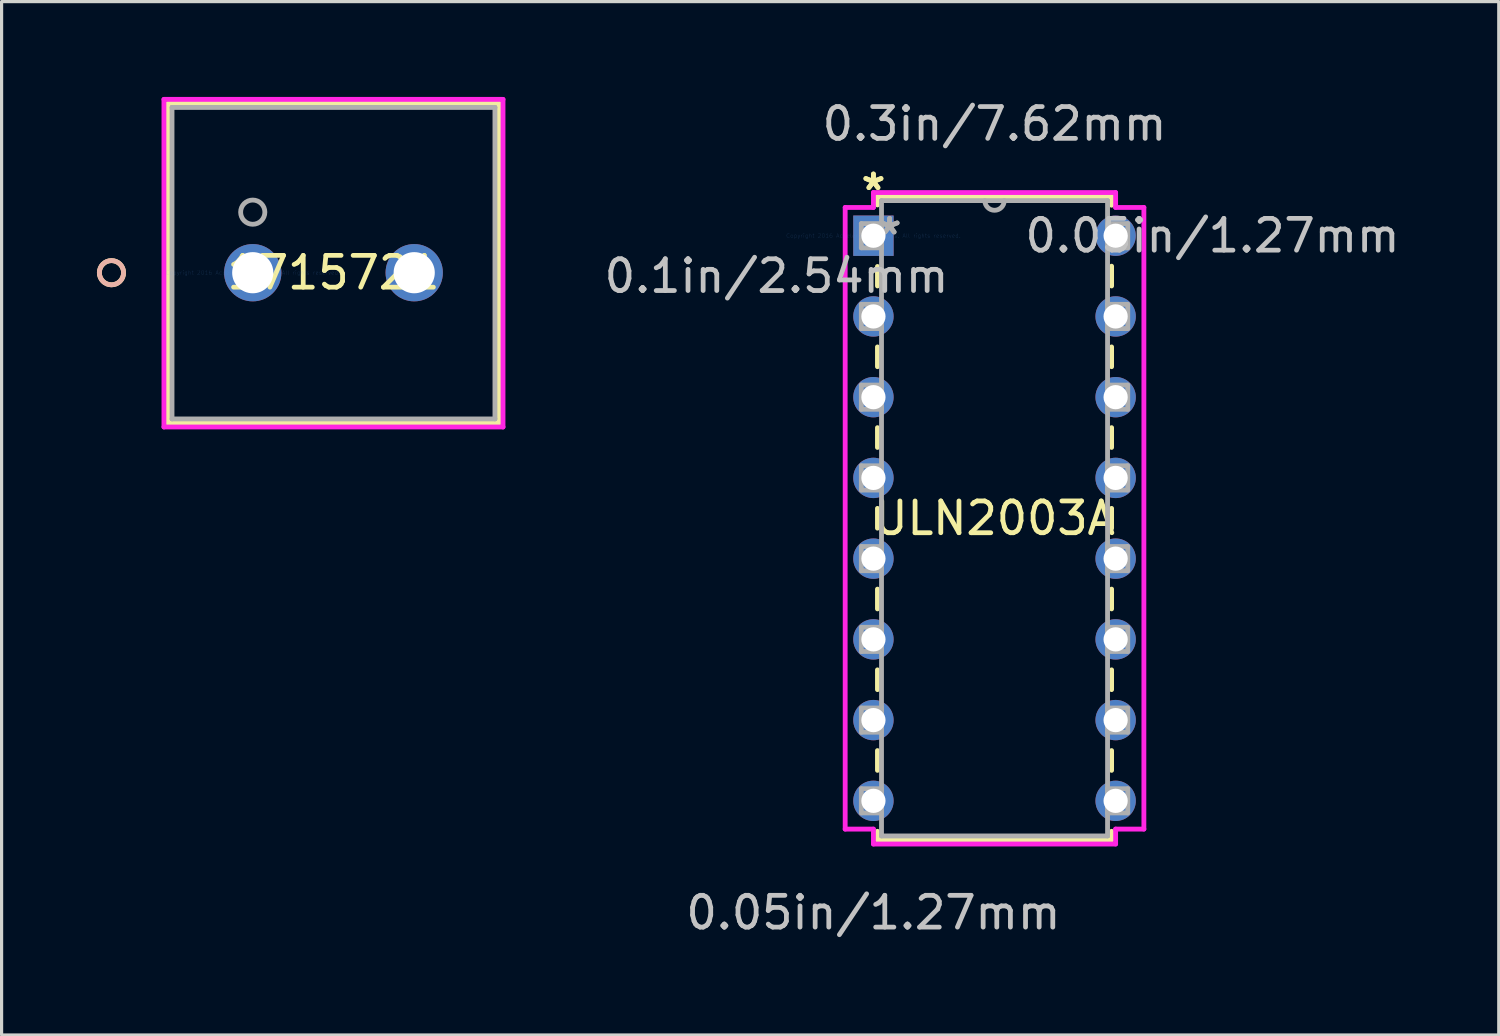
<source format=kicad_pcb>
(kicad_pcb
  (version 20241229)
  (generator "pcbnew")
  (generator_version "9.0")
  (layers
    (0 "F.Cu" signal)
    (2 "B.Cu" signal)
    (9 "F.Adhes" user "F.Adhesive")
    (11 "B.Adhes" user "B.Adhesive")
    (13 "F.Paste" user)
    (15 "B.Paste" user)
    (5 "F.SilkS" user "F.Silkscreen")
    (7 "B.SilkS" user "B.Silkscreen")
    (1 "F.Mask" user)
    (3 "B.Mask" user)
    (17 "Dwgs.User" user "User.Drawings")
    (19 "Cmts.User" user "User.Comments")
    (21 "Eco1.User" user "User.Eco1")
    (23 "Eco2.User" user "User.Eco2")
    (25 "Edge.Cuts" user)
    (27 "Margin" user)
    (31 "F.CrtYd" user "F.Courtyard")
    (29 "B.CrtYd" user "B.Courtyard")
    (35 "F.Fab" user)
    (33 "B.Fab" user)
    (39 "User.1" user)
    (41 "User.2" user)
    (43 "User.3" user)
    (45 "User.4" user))
  (footprint "ULN2003A"
    (layer "F.Cu")
    (at 24.43 4.366)
    (property "Reference" "ULN2003A" (at 3.81 8.89 0) (layer "F.SilkS") (effects (font (size 1 1) (thickness 0.15))))
    (attr through_hole)
    (fp_line (start 0.127 -1.232) (end 0.127 -0.968) (stroke (width 0.152) (type solid)) (layer "F.SilkS"))
    (fp_line (start 0.127 0.968) (end 0.127 1.581) (stroke (width 0.152) (type solid)) (layer "F.SilkS"))
    (fp_line (start 0.127 3.499) (end 0.127 4.121) (stroke (width 0.152) (type solid)) (layer "F.SilkS"))
    (fp_line (start 0.127 6.039) (end 0.127 6.661) (stroke (width 0.152) (type solid)) (layer "F.SilkS"))
    (fp_line (start 0.127 8.579) (end 0.127 9.201) (stroke (width 0.152) (type solid)) (layer "F.SilkS"))
    (fp_line (start 0.127 11.119) (end 0.127 11.741) (stroke (width 0.152) (type solid)) (layer "F.SilkS"))
    (fp_line (start 0.127 13.659) (end 0.127 14.281) (stroke (width 0.152) (type solid)) (layer "F.SilkS"))
    (fp_line (start 0.127 16.199) (end 0.127 16.821) (stroke (width 0.152) (type solid)) (layer "F.SilkS"))
    (fp_line (start 0.127 18.739) (end 0.127 19.012) (stroke (width 0.152) (type solid)) (layer "F.SilkS"))
    (fp_line (start 0.127 19.012) (end 7.493 19.012) (stroke (width 0.152) (type solid)) (layer "F.SilkS"))
    (fp_line (start 7.493 -1.232) (end 0.127 -1.232) (stroke (width 0.152) (type solid)) (layer "F.SilkS"))
    (fp_line (start 7.493 -0.959) (end 7.493 -1.232) (stroke (width 0.152) (type solid)) (layer "F.SilkS"))
    (fp_line (start 7.493 1.581) (end 7.493 0.959) (stroke (width 0.152) (type solid)) (layer "F.SilkS"))
    (fp_line (start 7.493 4.121) (end 7.493 3.499) (stroke (width 0.152) (type solid)) (layer "F.SilkS"))
    (fp_line (start 7.493 6.661) (end 7.493 6.039) (stroke (width 0.152) (type solid)) (layer "F.SilkS"))
    (fp_line (start 7.493 9.201) (end 7.493 8.579) (stroke (width 0.152) (type solid)) (layer "F.SilkS"))
    (fp_line (start 7.493 11.741) (end 7.493 11.119) (stroke (width 0.152) (type solid)) (layer "F.SilkS"))
    (fp_line (start 7.493 14.281) (end 7.493 13.659) (stroke (width 0.152) (type solid)) (layer "F.SilkS"))
    (fp_line (start 7.493 16.821) (end 7.493 16.199) (stroke (width 0.152) (type solid)) (layer "F.SilkS"))
    (fp_line (start 7.493 19.012) (end 7.493 18.739) (stroke (width 0.152) (type solid)) (layer "F.SilkS"))
    (fp_line (start -0.889 -0.889) (end -0.889 18.669) (stroke (width 0.152) (type solid)) (layer "F.CrtYd"))
    (fp_line (start -0.889 18.669) (end 0 18.669) (stroke (width 0.152) (type solid)) (layer "F.CrtYd"))
    (fp_line (start 0 -1.359) (end 0 -0.889) (stroke (width 0.152) (type solid)) (layer "F.CrtYd"))
    (fp_line (start 0 -0.889) (end -0.889 -0.889) (stroke (width 0.152) (type solid)) (layer "F.CrtYd"))
    (fp_line (start 0 18.669) (end 0 19.139) (stroke (width 0.152) (type solid)) (layer "F.CrtYd"))
    (fp_line (start 0 19.139) (end 7.62 19.139) (stroke (width 0.152) (type solid)) (layer "F.CrtYd"))
    (fp_line (start 7.62 -1.359) (end 0 -1.359) (stroke (width 0.152) (type solid)) (layer "F.CrtYd"))
    (fp_line (start 7.62 -0.889) (end 7.62 -1.359) (stroke (width 0.152) (type solid)) (layer "F.CrtYd"))
    (fp_line (start 7.62 18.669) (end 8.509 18.669) (stroke (width 0.152) (type solid)) (layer "F.CrtYd"))
    (fp_line (start 7.62 19.139) (end 7.62 18.669) (stroke (width 0.152) (type solid)) (layer "F.CrtYd"))
    (fp_line (start 8.509 -0.889) (end 7.62 -0.889) (stroke (width 0.152) (type solid)) (layer "F.CrtYd"))
    (fp_line (start 8.509 18.669) (end 8.509 -0.889) (stroke (width 0.152) (type solid)) (layer "F.CrtYd"))
    (fp_line (start -0.381 -0.381) (end -0.381 0.381) (stroke (width 0.152) (type solid)) (layer "F.Fab"))
    (fp_line (start -0.381 0.381) (end 0.254 0.381) (stroke (width 0.152) (type solid)) (layer "F.Fab"))
    (fp_line (start -0.381 2.159) (end -0.381 2.921) (stroke (width 0.152) (type solid)) (layer "F.Fab"))
    (fp_line (start -0.381 2.921) (end 0.254 2.921) (stroke (width 0.152) (type solid)) (layer "F.Fab"))
    (fp_line (start -0.381 4.699) (end -0.381 5.461) (stroke (width 0.152) (type solid)) (layer "F.Fab"))
    (fp_line (start -0.381 5.461) (end 0.254 5.461) (stroke (width 0.152) (type solid)) (layer "F.Fab"))
    (fp_line (start -0.381 7.239) (end -0.381 8.001) (stroke (width 0.152) (type solid)) (layer "F.Fab"))
    (fp_line (start -0.381 8.001) (end 0.254 8.001) (stroke (width 0.152) (type solid)) (layer "F.Fab"))
    (fp_line (start -0.381 9.779) (end -0.381 10.541) (stroke (width 0.152) (type solid)) (layer "F.Fab"))
    (fp_line (start -0.381 10.541) (end 0.254 10.541) (stroke (width 0.152) (type solid)) (layer "F.Fab"))
    (fp_line (start -0.381 12.319) (end -0.381 13.081) (stroke (width 0.152) (type solid)) (layer "F.Fab"))
    (fp_line (start -0.381 13.081) (end 0.254 13.081) (stroke (width 0.152) (type solid)) (layer "F.Fab"))
    (fp_line (start -0.381 14.859) (end -0.381 15.621) (stroke (width 0.152) (type solid)) (layer "F.Fab"))
    (fp_line (start -0.381 15.621) (end 0.254 15.621) (stroke (width 0.152) (type solid)) (layer "F.Fab"))
    (fp_line (start -0.381 17.399) (end -0.381 18.161) (stroke (width 0.152) (type solid)) (layer "F.Fab"))
    (fp_line (start -0.381 18.161) (end 0.254 18.161) (stroke (width 0.152) (type solid)) (layer "F.Fab"))
    (fp_line (start 0.254 -1.105) (end 0.254 18.885) (stroke (width 0.152) (type solid)) (layer "F.Fab"))
    (fp_line (start 0.254 -0.381) (end -0.381 -0.381) (stroke (width 0.152) (type solid)) (layer "F.Fab"))
    (fp_line (start 0.254 0.381) (end 0.254 -0.381) (stroke (width 0.152) (type solid)) (layer "F.Fab"))
    (fp_line (start 0.254 2.159) (end -0.381 2.159) (stroke (width 0.152) (type solid)) (layer "F.Fab"))
    (fp_line (start 0.254 2.921) (end 0.254 2.159) (stroke (width 0.152) (type solid)) (layer "F.Fab"))
    (fp_line (start 0.254 4.699) (end -0.381 4.699) (stroke (width 0.152) (type solid)) (layer "F.Fab"))
    (fp_line (start 0.254 5.461) (end 0.254 4.699) (stroke (width 0.152) (type solid)) (layer "F.Fab"))
    (fp_line (start 0.254 7.239) (end -0.381 7.239) (stroke (width 0.152) (type solid)) (layer "F.Fab"))
    (fp_line (start 0.254 8.001) (end 0.254 7.239) (stroke (width 0.152) (type solid)) (layer "F.Fab"))
    (fp_line (start 0.254 9.779) (end -0.381 9.779) (stroke (width 0.152) (type solid)) (layer "F.Fab"))
    (fp_line (start 0.254 10.541) (end 0.254 9.779) (stroke (width 0.152) (type solid)) (layer "F.Fab"))
    (fp_line (start 0.254 12.319) (end -0.381 12.319) (stroke (width 0.152) (type solid)) (layer "F.Fab"))
    (fp_line (start 0.254 13.081) (end 0.254 12.319) (stroke (width 0.152) (type solid)) (layer "F.Fab"))
    (fp_line (start 0.254 14.859) (end -0.381 14.859) (stroke (width 0.152) (type solid)) (layer "F.Fab"))
    (fp_line (start 0.254 15.621) (end 0.254 14.859) (stroke (width 0.152) (type solid)) (layer "F.Fab"))
    (fp_line (start 0.254 17.399) (end -0.381 17.399) (stroke (width 0.152) (type solid)) (layer "F.Fab"))
    (fp_line (start 0.254 18.161) (end 0.254 17.399) (stroke (width 0.152) (type solid)) (layer "F.Fab"))
    (fp_line (start 0.254 18.885) (end 7.366 18.885) (stroke (width 0.152) (type solid)) (layer "F.Fab"))
    (fp_line (start 7.366 -1.105) (end 0.254 -1.105) (stroke (width 0.152) (type solid)) (layer "F.Fab"))
    (fp_line (start 7.366 -0.381) (end 7.366 0.381) (stroke (width 0.152) (type solid)) (layer "F.Fab"))
    (fp_line (start 7.366 0.381) (end 8.001 0.381) (stroke (width 0.152) (type solid)) (layer "F.Fab"))
    (fp_line (start 7.366 2.159) (end 7.366 2.921) (stroke (width 0.152) (type solid)) (layer "F.Fab"))
    (fp_line (start 7.366 2.921) (end 8.001 2.921) (stroke (width 0.152) (type solid)) (layer "F.Fab"))
    (fp_line (start 7.366 4.699) (end 7.366 5.461) (stroke (width 0.152) (type solid)) (layer "F.Fab"))
    (fp_line (start 7.366 5.461) (end 8.001 5.461) (stroke (width 0.152) (type solid)) (layer "F.Fab"))
    (fp_line (start 7.366 7.239) (end 7.366 8.001) (stroke (width 0.152) (type solid)) (layer "F.Fab"))
    (fp_line (start 7.366 8.001) (end 8.001 8.001) (stroke (width 0.152) (type solid)) (layer "F.Fab"))
    (fp_line (start 7.366 9.779) (end 7.366 10.541) (stroke (width 0.152) (type solid)) (layer "F.Fab"))
    (fp_line (start 7.366 10.541) (end 8.001 10.541) (stroke (width 0.152) (type solid)) (layer "F.Fab"))
    (fp_line (start 7.366 12.319) (end 7.366 13.081) (stroke (width 0.152) (type solid)) (layer "F.Fab"))
    (fp_line (start 7.366 13.081) (end 8.001 13.081) (stroke (width 0.152) (type solid)) (layer "F.Fab"))
    (fp_line (start 7.366 14.859) (end 7.366 15.621) (stroke (width 0.152) (type solid)) (layer "F.Fab"))
    (fp_line (start 7.366 15.621) (end 8.001 15.621) (stroke (width 0.152) (type solid)) (layer "F.Fab"))
    (fp_line (start 7.366 17.399) (end 7.366 18.161) (stroke (width 0.152) (type solid)) (layer "F.Fab"))
    (fp_line (start 7.366 18.161) (end 8.001 18.161) (stroke (width 0.152) (type solid)) (layer "F.Fab"))
    (fp_line (start 7.366 18.885) (end 7.366 -1.105) (stroke (width 0.152) (type solid)) (layer "F.Fab"))
    (fp_line (start 8.001 -0.381) (end 7.366 -0.381) (stroke (width 0.152) (type solid)) (layer "F.Fab"))
    (fp_line (start 8.001 0.381) (end 8.001 -0.381) (stroke (width 0.152) (type solid)) (layer "F.Fab"))
    (fp_line (start 8.001 2.159) (end 7.366 2.159) (stroke (width 0.152) (type solid)) (layer "F.Fab"))
    (fp_line (start 8.001 2.921) (end 8.001 2.159) (stroke (width 0.152) (type solid)) (layer "F.Fab"))
    (fp_line (start 8.001 4.699) (end 7.366 4.699) (stroke (width 0.152) (type solid)) (layer "F.Fab"))
    (fp_line (start 8.001 5.461) (end 8.001 4.699) (stroke (width 0.152) (type solid)) (layer "F.Fab"))
    (fp_line (start 8.001 7.239) (end 7.366 7.239) (stroke (width 0.152) (type solid)) (layer "F.Fab"))
    (fp_line (start 8.001 8.001) (end 8.001 7.239) (stroke (width 0.152) (type solid)) (layer "F.Fab"))
    (fp_line (start 8.001 9.779) (end 7.366 9.779) (stroke (width 0.152) (type solid)) (layer "F.Fab"))
    (fp_line (start 8.001 10.541) (end 8.001 9.779) (stroke (width 0.152) (type solid)) (layer "F.Fab"))
    (fp_line (start 8.001 12.319) (end 7.366 12.319) (stroke (width 0.152) (type solid)) (layer "F.Fab"))
    (fp_line (start 8.001 13.081) (end 8.001 12.319) (stroke (width 0.152) (type solid)) (layer "F.Fab"))
    (fp_line (start 8.001 14.859) (end 7.366 14.859) (stroke (width 0.152) (type solid)) (layer "F.Fab"))
    (fp_line (start 8.001 15.621) (end 8.001 14.859) (stroke (width 0.152) (type solid)) (layer "F.Fab"))
    (fp_line (start 8.001 17.399) (end 7.366 17.399) (stroke (width 0.152) (type solid)) (layer "F.Fab"))
    (fp_line (start 8.001 18.161) (end 8.001 17.399) (stroke (width 0.152) (type solid)) (layer "F.Fab"))
    (fp_arc (start 4.1148 -1.1049) (mid 3.81 -0.8001) (end 3.5052 -1.1049) (stroke (width 0.1524) (type solid)) (layer "F.Fab"))
    (fp_text user "*" (at 0 -1.397 0) (layer "F.SilkS") (effects (font (size 1 1) (thickness 0.15))))
    (fp_text user "*" (at 0 -1.397 0) (layer "F.SilkS") (effects (font (size 1 1) (thickness 0.15))))
    (fp_text user "0.1in/2.54mm" (at -3.048 1.27 0) (layer "Dwgs.User") (effects (font (size 1 1) (thickness 0.15))))
    (fp_text user "0.3in/7.62mm" (at 3.81 -3.518 0) (layer "Dwgs.User") (effects (font (size 1 1) (thickness 0.15))))
    (fp_text user "0.05in/1.27mm" (at 0 21.298 0) (layer "Dwgs.User") (effects (font (size 1 1) (thickness 0.15))))
    (fp_text user "0.05in/1.27mm" (at 10.668 0 0) (layer "Dwgs.User") (effects (font (size 1 1) (thickness 0.15))))
    (fp_text user "Copyright 2016 Accelerated Designs. All rights reserved." (at 0 0 0) (layer "Cmts.User") (effects (font (size 0.127 0.127) (thickness 0.002))))
    (fp_text user "*" (at 0.508 0 0) (layer "F.Fab") (effects (font (size 1 1) (thickness 0.15))))
    (fp_text user "*" (at 0.508 0 0) (layer "F.Fab") (effects (font (size 1 1) (thickness 0.15))))
    (pad "1" thru_hole rect (at 0 0) (size 1.27 1.27) (drill 0.762) (layers "*.Cu" "*.Mask"))
    (pad "2" thru_hole circle (at 0 2.54) (size 1.27 1.27) (drill 0.762) (layers "*.Cu" "*.Mask"))
    (pad "3" thru_hole circle (at 0 5.08) (size 1.27 1.27) (drill 0.762) (layers "*.Cu" "*.Mask"))
    (pad "4" thru_hole circle (at 0 7.62) (size 1.27 1.27) (drill 0.762) (layers "*.Cu" "*.Mask"))
    (pad "5" thru_hole circle (at 0 10.16) (size 1.27 1.27) (drill 0.762) (layers "*.Cu" "*.Mask"))
    (pad "6" thru_hole circle (at 0 12.7) (size 1.27 1.27) (drill 0.762) (layers "*.Cu" "*.Mask"))
    (pad "7" thru_hole circle (at 0 15.24) (size 1.27 1.27) (drill 0.762) (layers "*.Cu" "*.Mask"))
    (pad "8" thru_hole circle (at 0 17.78) (size 1.27 1.27) (drill 0.762) (layers "*.Cu" "*.Mask"))
    (pad "9" thru_hole circle (at 7.62 17.78) (size 1.27 1.27) (drill 0.762) (layers "*.Cu" "*.Mask"))
    (pad "10" thru_hole circle (at 7.62 15.24) (size 1.27 1.27) (drill 0.762) (layers "*.Cu" "*.Mask"))
    (pad "11" thru_hole circle (at 7.62 12.7) (size 1.27 1.27) (drill 0.762) (layers "*.Cu" "*.Mask"))
    (pad "12" thru_hole circle (at 7.62 10.16) (size 1.27 1.27) (drill 0.762) (layers "*.Cu" "*.Mask"))
    (pad "13" thru_hole circle (at 7.62 7.62) (size 1.27 1.27) (drill 0.762) (layers "*.Cu" "*.Mask"))
    (pad "14" thru_hole circle (at 7.62 5.08) (size 1.27 1.27) (drill 0.762) (layers "*.Cu" "*.Mask"))
    (pad "15" thru_hole circle (at 7.62 2.54) (size 1.27 1.27) (drill 0.762) (layers "*.Cu" "*.Mask"))
    (pad "16" thru_hole circle (at 7.62 0) (size 1.27 1.27) (drill 0.762) (layers "*.Cu" "*.Mask")))
  (footprint "1715721"
    (layer "F.Cu")
    (at 4.902 5.53)
    (property "Reference" "1715721" (at 2.54 0 0) (layer "F.SilkS") (effects (font (size 1 1) (thickness 0.15))))
    (attr through_hole)
    (fp_line (start -2.667 -5.327) (end -2.667 4.727) (stroke (width 0.152) (type solid)) (layer "F.SilkS"))
    (fp_line (start -2.667 4.727) (end 7.747 4.727) (stroke (width 0.152) (type solid)) (layer "F.SilkS"))
    (fp_line (start 7.747 -5.327) (end -2.667 -5.327) (stroke (width 0.152) (type solid)) (layer "F.SilkS"))
    (fp_line (start 7.747 4.727) (end 7.747 -5.327) (stroke (width 0.152) (type solid)) (layer "F.SilkS"))
    (fp_circle (center -4.445 0) (end -4.064 0) (stroke (width 0.152) (type solid)) (fill no) (layer "F.SilkS"))
    (fp_circle (center -4.445 0) (end -4.064 0) (stroke (width 0.152) (type solid)) (fill no) (layer "B.SilkS"))
    (fp_line (start -2.794 -5.454) (end -2.794 4.854) (stroke (width 0.152) (type solid)) (layer "F.CrtYd"))
    (fp_line (start -2.794 4.854) (end 7.874 4.854) (stroke (width 0.152) (type solid)) (layer "F.CrtYd"))
    (fp_line (start 7.874 -5.454) (end -2.794 -5.454) (stroke (width 0.152) (type solid)) (layer "F.CrtYd"))
    (fp_line (start 7.874 4.854) (end 7.874 -5.454) (stroke (width 0.152) (type solid)) (layer "F.CrtYd"))
    (fp_line (start -2.54 -5.2) (end -2.54 4.6) (stroke (width 0.152) (type solid)) (layer "F.Fab"))
    (fp_line (start -2.54 4.6) (end 7.62 4.6) (stroke (width 0.152) (type solid)) (layer "F.Fab"))
    (fp_line (start 7.62 -5.2) (end -2.54 -5.2) (stroke (width 0.152) (type solid)) (layer "F.Fab"))
    (fp_line (start 7.62 4.6) (end 7.62 -5.2) (stroke (width 0.152) (type solid)) (layer "F.Fab"))
    (fp_circle (center 0 -1.905) (end 0.381 -1.905) (stroke (width 0.152) (type solid)) (fill no) (layer "F.Fab"))
    (fp_text user "*" (at 0 0 0) (layer "F.SilkS") (effects (font (size 1 1) (thickness 0.15))))
    (fp_text user "Copyright 2016 Accelerated Designs. All rights reserved." (at 0 0 0) (layer "Cmts.User") (effects (font (size 0.127 0.127) (thickness 0.002))))
    (fp_text user "*" (at 0 0 0) (layer "F.Fab") (effects (font (size 1 1) (thickness 0.15))))
    (pad "1" thru_hole circle (at 0 0) (size 1.803 1.803) (drill 1.295) (layers "*.Cu" "*.Mask"))
    (pad "2" thru_hole circle (at 5.08 0) (size 1.803 1.803) (drill 1.295) (layers "*.Cu" "*.Mask")))
  (gr_rect
    (start -3 -3)
    (end 44.104 29.512)
    (stroke (width 0.1) (type default))
    (fill no)
    (layer "Edge.Cuts")))
</source>
